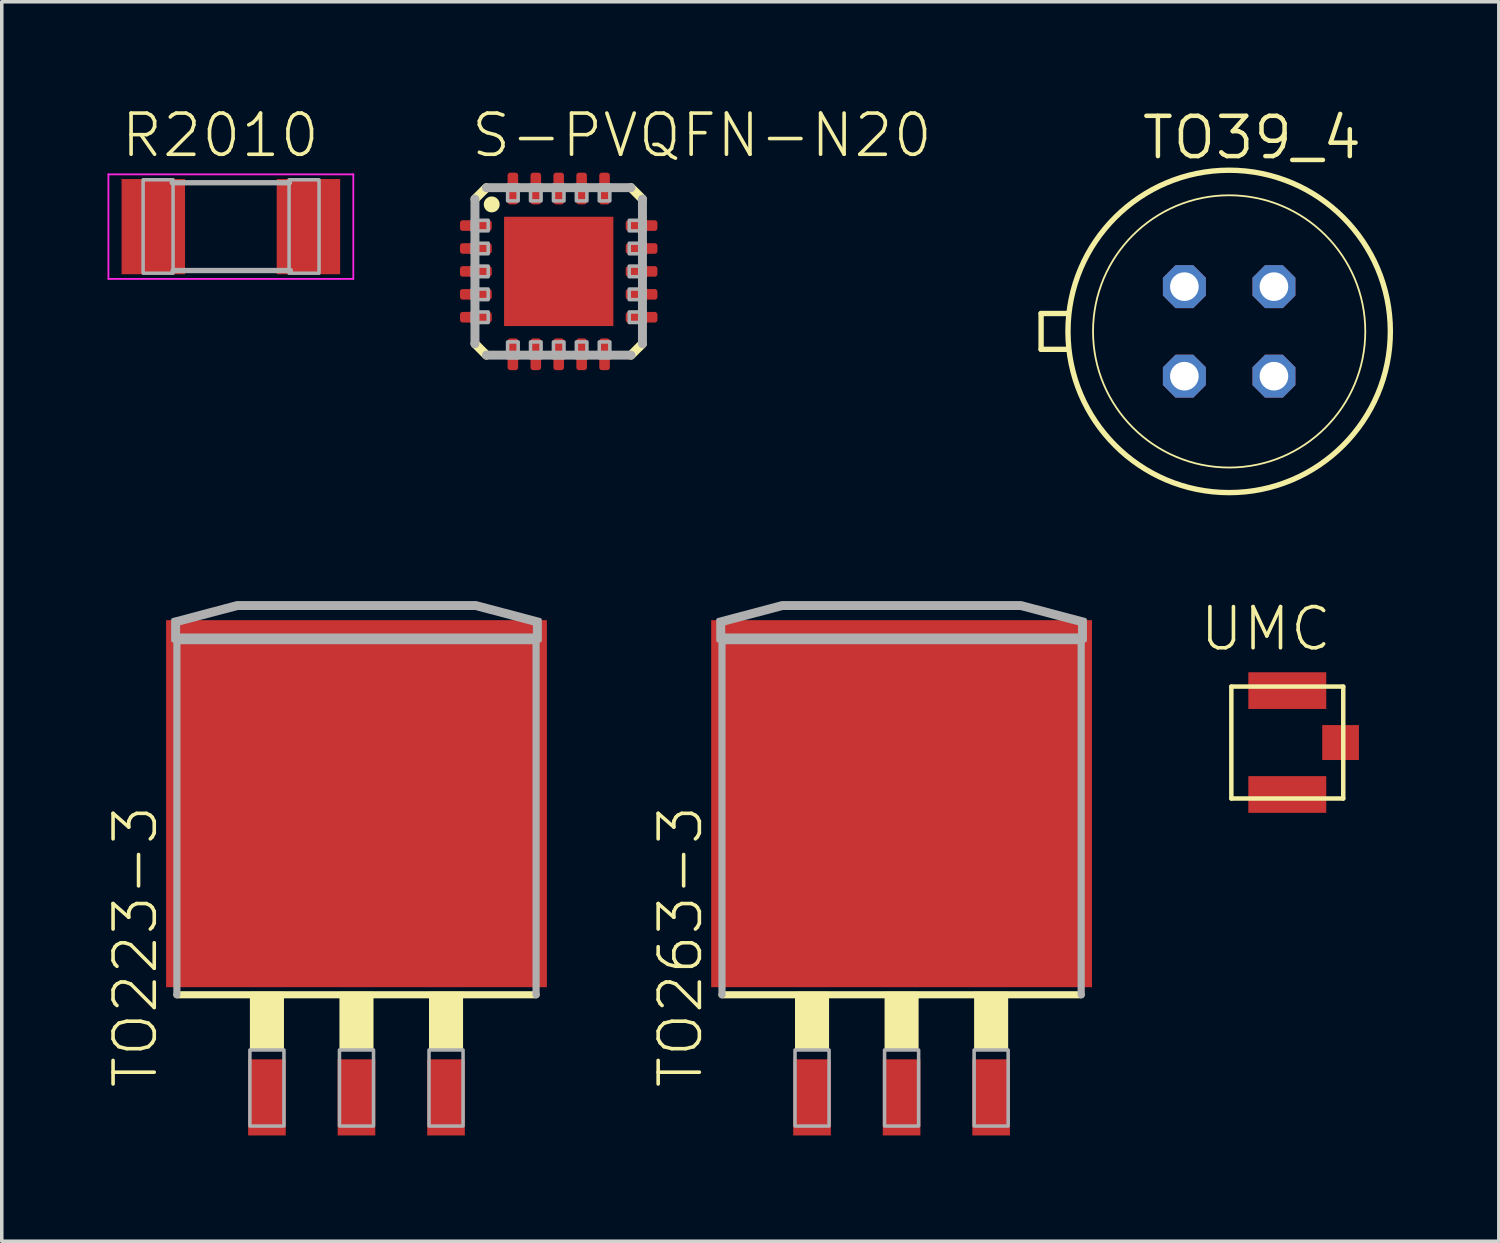
<source format=kicad_pcb>
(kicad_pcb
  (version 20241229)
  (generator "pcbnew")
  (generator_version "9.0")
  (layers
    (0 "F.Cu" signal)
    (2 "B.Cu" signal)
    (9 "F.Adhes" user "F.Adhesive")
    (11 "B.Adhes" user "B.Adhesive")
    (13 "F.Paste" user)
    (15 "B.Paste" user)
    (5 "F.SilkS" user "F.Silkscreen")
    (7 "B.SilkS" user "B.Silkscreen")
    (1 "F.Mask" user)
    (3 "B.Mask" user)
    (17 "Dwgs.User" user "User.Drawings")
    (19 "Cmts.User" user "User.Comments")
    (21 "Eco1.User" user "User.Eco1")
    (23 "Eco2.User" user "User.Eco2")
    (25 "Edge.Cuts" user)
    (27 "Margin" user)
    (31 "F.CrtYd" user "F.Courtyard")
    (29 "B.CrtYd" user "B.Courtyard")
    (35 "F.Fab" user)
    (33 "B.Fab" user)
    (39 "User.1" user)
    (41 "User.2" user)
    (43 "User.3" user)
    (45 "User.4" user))
  (footprint "S-PVQFN-N20"
    (layer "F.Cu")
    (at 12.797 4.648)
    (property "Reference" "S-PVQFN-N20" (at -2.54 -3.175 0) (unlocked yes) (layer "F.SilkS") (effects (font (size 1.168 1.168) (thickness 0.102)) (justify left bottom)))
    (fp_line (start -2.375 -2.05) (end -2.05 -2.375) (stroke (width 0.254) (type solid)) (layer "F.SilkS"))
    (fp_line (start -2.05 2.375) (end -2.375 2.05) (stroke (width 0.254) (type solid)) (layer "F.SilkS"))
    (fp_line (start 2.05 -2.375) (end 2.375 -2.05) (stroke (width 0.254) (type solid)) (layer "F.SilkS"))
    (fp_line (start 2.375 2.05) (end 2.05 2.375) (stroke (width 0.254) (type solid)) (layer "F.SilkS"))
    (fp_circle (center -1.9 -1.9) (end -1.787 -1.9) (stroke (width 0.226) (type solid)) (fill yes) (layer "F.SilkS"))
    (fp_line (start -2.375 2.05) (end -2.375 -2.05) (stroke (width 0.254) (type solid)) (layer "F.Fab"))
    (fp_line (start -2.05 -2.375) (end 2.05 -2.375) (stroke (width 0.254) (type solid)) (layer "F.Fab"))
    (fp_line (start 2.05 2.375) (end -2.05 2.375) (stroke (width 0.254) (type solid)) (layer "F.Fab"))
    (fp_line (start 2.375 -2.05) (end 2.375 2.05) (stroke (width 0.254) (type solid)) (layer "F.Fab"))
    (fp_poly (pts (xy -2.45 -1.15) (xy -2 -1.15) (xy -2 -1.45) (xy -2.45 -1.45)) (stroke (width 0.1) (type default)) (fill no) (layer "F.Fab"))
    (fp_poly (pts (xy -2.45 -0.5) (xy -2 -0.5) (xy -2 -0.8) (xy -2.45 -0.8)) (stroke (width 0.1) (type default)) (fill no) (layer "F.Fab"))
    (fp_poly (pts (xy -2.45 0.15) (xy -2 0.15) (xy -2 -0.15) (xy -2.45 -0.15)) (stroke (width 0.1) (type default)) (fill no) (layer "F.Fab"))
    (fp_poly (pts (xy -2.45 0.8) (xy -2 0.8) (xy -2 0.5) (xy -2.45 0.5)) (stroke (width 0.1) (type default)) (fill no) (layer "F.Fab"))
    (fp_poly (pts (xy -2.45 1.45) (xy -2 1.45) (xy -2 1.15) (xy -2.45 1.15)) (stroke (width 0.1) (type default)) (fill no) (layer "F.Fab"))
    (fp_poly (pts (xy -1.45 -2) (xy -1.15 -2) (xy -1.15 -2.45) (xy -1.45 -2.45)) (stroke (width 0.1) (type default)) (fill no) (layer "F.Fab"))
    (fp_poly (pts (xy -1.45 2.45) (xy -1.15 2.45) (xy -1.15 2) (xy -1.45 2)) (stroke (width 0.1) (type default)) (fill no) (layer "F.Fab"))
    (fp_poly (pts (xy -0.8 -2) (xy -0.5 -2) (xy -0.5 -2.45) (xy -0.8 -2.45)) (stroke (width 0.1) (type default)) (fill no) (layer "F.Fab"))
    (fp_poly (pts (xy -0.8 2.45) (xy -0.5 2.45) (xy -0.5 2) (xy -0.8 2)) (stroke (width 0.1) (type default)) (fill no) (layer "F.Fab"))
    (fp_poly (pts (xy -0.15 -2) (xy 0.15 -2) (xy 0.15 -2.45) (xy -0.15 -2.45)) (stroke (width 0.1) (type default)) (fill no) (layer "F.Fab"))
    (fp_poly (pts (xy -0.15 2.45) (xy 0.15 2.45) (xy 0.15 2) (xy -0.15 2)) (stroke (width 0.1) (type default)) (fill no) (layer "F.Fab"))
    (fp_poly (pts (xy 0.5 -2) (xy 0.8 -2) (xy 0.8 -2.45) (xy 0.5 -2.45)) (stroke (width 0.1) (type default)) (fill no) (layer "F.Fab"))
    (fp_poly (pts (xy 0.5 2.45) (xy 0.8 2.45) (xy 0.8 2) (xy 0.5 2)) (stroke (width 0.1) (type default)) (fill no) (layer "F.Fab"))
    (fp_poly (pts (xy 1.15 -2) (xy 1.45 -2) (xy 1.45 -2.45) (xy 1.15 -2.45)) (stroke (width 0.1) (type default)) (fill no) (layer "F.Fab"))
    (fp_poly (pts (xy 1.15 2.45) (xy 1.45 2.45) (xy 1.45 2) (xy 1.15 2)) (stroke (width 0.1) (type default)) (fill no) (layer "F.Fab"))
    (fp_poly (pts (xy 2 -1.15) (xy 2.45 -1.15) (xy 2.45 -1.45) (xy 2 -1.45)) (stroke (width 0.1) (type default)) (fill no) (layer "F.Fab"))
    (fp_poly (pts (xy 2 -0.5) (xy 2.45 -0.5) (xy 2.45 -0.8) (xy 2 -0.8)) (stroke (width 0.1) (type default)) (fill no) (layer "F.Fab"))
    (fp_poly (pts (xy 2 0.15) (xy 2.45 0.15) (xy 2.45 -0.15) (xy 2 -0.15)) (stroke (width 0.1) (type default)) (fill no) (layer "F.Fab"))
    (fp_poly (pts (xy 2 0.8) (xy 2.45 0.8) (xy 2.45 0.5) (xy 2 0.5)) (stroke (width 0.1) (type default)) (fill no) (layer "F.Fab"))
    (fp_poly (pts (xy 2 1.45) (xy 2.45 1.45) (xy 2.45 1.15) (xy 2 1.15)) (stroke (width 0.1) (type default)) (fill no) (layer "F.Fab"))
    (pad "1" smd roundrect (at -2.35 -1.3) (size 0.9 0.3) (layers "F.Cu" "F.Mask" "F.Paste") (roundrect_rratio 0.25))
    (pad "2" smd roundrect (at -2.35 -0.65) (size 0.9 0.3) (layers "F.Cu" "F.Mask" "F.Paste") (roundrect_rratio 0.25))
    (pad "3" smd roundrect (at -2.35 0) (size 0.9 0.3) (layers "F.Cu" "F.Mask" "F.Paste") (roundrect_rratio 0.25))
    (pad "4" smd roundrect (at -2.35 0.65) (size 0.9 0.3) (layers "F.Cu" "F.Mask" "F.Paste") (roundrect_rratio 0.25))
    (pad "5" smd roundrect (at -2.35 1.3) (size 0.9 0.3) (layers "F.Cu" "F.Mask" "F.Paste") (roundrect_rratio 0.25))
    (pad "6" smd roundrect (at -1.3 2.35) (size 0.3 0.9) (layers "F.Cu" "F.Mask" "F.Paste") (roundrect_rratio 0.25))
    (pad "7" smd roundrect (at -0.65 2.35) (size 0.3 0.9) (layers "F.Cu" "F.Mask" "F.Paste") (roundrect_rratio 0.25))
    (pad "8" smd roundrect (at 0 2.35) (size 0.3 0.9) (layers "F.Cu" "F.Mask" "F.Paste") (roundrect_rratio 0.25))
    (pad "9" smd roundrect (at 0.65 2.35) (size 0.3 0.9) (layers "F.Cu" "F.Mask" "F.Paste") (roundrect_rratio 0.25))
    (pad "10" smd roundrect (at 1.3 2.35) (size 0.3 0.9) (layers "F.Cu" "F.Mask" "F.Paste") (roundrect_rratio 0.25))
    (pad "11" smd roundrect (at 2.35 1.3) (size 0.9 0.3) (layers "F.Cu" "F.Mask" "F.Paste") (roundrect_rratio 0.25))
    (pad "12" smd roundrect (at 2.35 0.65) (size 0.9 0.3) (layers "F.Cu" "F.Mask" "F.Paste") (roundrect_rratio 0.25))
    (pad "13" smd roundrect (at 2.35 0) (size 0.9 0.3) (layers "F.Cu" "F.Mask" "F.Paste") (roundrect_rratio 0.25))
    (pad "14" smd roundrect (at 2.35 -0.65) (size 0.9 0.3) (layers "F.Cu" "F.Mask" "F.Paste") (roundrect_rratio 0.25))
    (pad "15" smd roundrect (at 2.35 -1.3) (size 0.9 0.3) (layers "F.Cu" "F.Mask" "F.Paste") (roundrect_rratio 0.25))
    (pad "16" smd roundrect (at 1.3 -2.35) (size 0.3 0.9) (layers "F.Cu" "F.Mask" "F.Paste") (roundrect_rratio 0.25))
    (pad "17" smd roundrect (at 0.65 -2.35) (size 0.3 0.9) (layers "F.Cu" "F.Mask" "F.Paste") (roundrect_rratio 0.25))
    (pad "18" smd roundrect (at 0 -2.35) (size 0.3 0.9) (layers "F.Cu" "F.Mask" "F.Paste") (roundrect_rratio 0.25))
    (pad "19" smd roundrect (at -0.65 -2.35) (size 0.3 0.9) (layers "F.Cu" "F.Mask" "F.Paste") (roundrect_rratio 0.25))
    (pad "20" smd roundrect (at -1.3 -2.35) (size 0.3 0.9) (layers "F.Cu" "F.Mask" "F.Paste") (roundrect_rratio 0.25))
    (pad "EXP" smd rect (at 0 0) (size 3.1 3.1) (layers "F.Cu" "F.Mask" "F.Paste")))
  (footprint "TO223-3"
    (layer "F.Cu")
    (at 7.061 21.015)
    (property "Reference" "TO223-3" (at -5.588 6.858 90) (unlocked yes) (layer "F.SilkS") (effects (font (size 1.168 1.168) (thickness 0.102)) (justify left bottom)))
    (fp_line (start 5.094 4.15) (end -5.094 4.15) (stroke (width 0.203) (type solid)) (layer "F.SilkS"))
    (fp_poly (pts (xy -3.023 5.74) (xy -2.057 5.74) (xy -2.057 4.064) (xy -3.023 4.064)) (stroke (width 0) (type default)) (fill yes) (layer "F.SilkS"))
    (fp_poly (pts (xy -0.483 5.74) (xy 0.483 5.74) (xy 0.483 4.064) (xy -0.483 4.064)) (stroke (width 0) (type default)) (fill yes) (layer "F.SilkS"))
    (fp_poly (pts (xy 2.057 5.74) (xy 3.023 5.74) (xy 3.023 4.064) (xy 2.057 4.064)) (stroke (width 0) (type default)) (fill yes) (layer "F.SilkS"))
    (fp_line (start -5.105 -6.408) (end -3.378 -6.865) (stroke (width 0.203) (type solid)) (layer "F.Fab"))
    (fp_line (start -5.105 -5.997) (end -5.105 -6.408) (stroke (width 0.203) (type solid)) (layer "F.Fab"))
    (fp_line (start -5.094 -5.895) (end 5.094 -5.895) (stroke (width 0.203) (type solid)) (layer "F.Fab"))
    (fp_line (start -5.094 4.15) (end -5.094 -5.895) (stroke (width 0.203) (type solid)) (layer "F.Fab"))
    (fp_line (start -3.378 -6.865) (end 3.378 -6.865) (stroke (width 0.203) (type solid)) (layer "F.Fab"))
    (fp_line (start 3.378 -6.865) (end 5.105 -6.408) (stroke (width 0.203) (type solid)) (layer "F.Fab"))
    (fp_line (start 5.094 -5.895) (end 5.094 4.15) (stroke (width 0.203) (type solid)) (layer "F.Fab"))
    (fp_line (start 5.105 -6.408) (end 5.105 -5.997) (stroke (width 0.203) (type solid)) (layer "F.Fab"))
    (fp_line (start 5.105 -5.997) (end -5.105 -5.997) (stroke (width 0.203) (type solid)) (layer "F.Fab"))
    (fp_poly (pts (xy -3.023 7.874) (xy -2.057 7.874) (xy -2.057 5.715) (xy -3.023 5.715)) (stroke (width 0.1) (type default)) (fill no) (layer "F.Fab"))
    (fp_poly (pts (xy -0.483 7.874) (xy 0.483 7.874) (xy 0.483 5.715) (xy -0.483 5.715)) (stroke (width 0.1) (type default)) (fill no) (layer "F.Fab"))
    (fp_poly (pts (xy 2.057 7.874) (xy 3.023 7.874) (xy 3.023 5.715) (xy 2.057 5.715)) (stroke (width 0.1) (type default)) (fill no) (layer "F.Fab"))
    (fp_poly (pts (xy 5.207 -6.486) (xy 5.207 -5.895) (xy -5.207 -5.895) (xy -5.207 -6.486) (xy -3.391 -6.967) (xy 3.391 -6.967)) (stroke (width 0.1) (type default)) (fill no) (layer "F.Fab"))
    (pad "1" smd rect (at -2.54 7.061) (size 1.067 2.159) (layers "F.Cu" "F.Mask" "F.Paste"))
    (pad "2" smd rect (at 0 7.061) (size 1.067 2.159) (layers "F.Cu" "F.Mask" "F.Paste"))
    (pad "3" smd rect (at 2.54 7.061) (size 1.067 2.159) (layers "F.Cu" "F.Mask" "F.Paste"))
    (pad "TAB" smd rect (at 0 -1.27) (size 10.8 10.41) (layers "F.Cu" "F.Mask" "F.Paste")))
  (footprint "R2010"
    (layer "F.Cu")
    (at 3.498 3.378)
    (property "Reference" "R2010" (at -3.175 -1.905 0) (unlocked yes) (layer "F.SilkS") (effects (font (size 1.168 1.168) (thickness 0.102)) (justify left bottom)))
    (fp_line (start -3.473 -1.483) (end 3.473 -1.483) (stroke (width 0.051) (type solid)) (layer "F.CrtYd"))
    (fp_line (start -3.473 1.483) (end -3.473 -1.483) (stroke (width 0.051) (type solid)) (layer "F.CrtYd"))
    (fp_line (start 3.473 -1.483) (end 3.473 1.483) (stroke (width 0.051) (type solid)) (layer "F.CrtYd"))
    (fp_line (start 3.473 1.483) (end -3.473 1.483) (stroke (width 0.051) (type solid)) (layer "F.CrtYd"))
    (fp_line (start -1.662 -1.245) (end 1.662 -1.245) (stroke (width 0.152) (type solid)) (layer "F.Fab"))
    (fp_line (start -1.637 1.245) (end 1.687 1.245) (stroke (width 0.152) (type solid)) (layer "F.Fab"))
    (fp_poly (pts (xy -2.489 1.321) (xy -1.639 1.321) (xy -1.639 -1.329) (xy -2.489 -1.329)) (stroke (width 0.1) (type default)) (fill no) (layer "F.Fab"))
    (fp_poly (pts (xy 1.651 1.321) (xy 2.501 1.321) (xy 2.501 -1.329) (xy 1.651 -1.329)) (stroke (width 0.1) (type default)) (fill no) (layer "F.Fab"))
    (pad "1" smd rect (at -2.2 0) (size 1.8 2.7) (layers "F.Cu" "F.Mask" "F.Paste"))
    (pad "2" smd rect (at 2.2 0) (size 1.8 2.7) (layers "F.Cu" "F.Mask" "F.Paste")))
  (footprint "UMC"
    (layer "F.Cu")
    (at 33.462 18.011)
    (property "Reference" "UMC" (at -2.54 -2.54 0) (unlocked yes) (layer "F.SilkS") (effects (font (size 1.168 1.168) (thickness 0.102)) (justify left bottom)))
    (fp_line (start -1.587 -1.587) (end 1.587 -1.587) (stroke (width 0.127) (type solid)) (layer "F.SilkS"))
    (fp_line (start -1.587 1.587) (end -1.587 -1.587) (stroke (width 0.127) (type solid)) (layer "F.SilkS"))
    (fp_line (start 1.587 -1.587) (end 1.587 1.587) (stroke (width 0.127) (type solid)) (layer "F.SilkS"))
    (fp_line (start 1.587 1.587) (end -1.587 1.587) (stroke (width 0.127) (type solid)) (layer "F.SilkS"))
    (pad "P$1" smd rect (at 1.511 0) (size 1.041 0.991) (layers "F.Cu" "F.Mask" "F.Paste"))
    (pad "P$2" smd rect (at 0 -1.473 90) (size 1.041 2.21) (layers "F.Cu" "F.Mask" "F.Paste"))
    (pad "P$3" smd rect (at 0 1.473 90) (size 1.041 2.21) (layers "F.Cu" "F.Mask" "F.Paste")))
  (footprint "TO263-3"
    (layer "F.Cu")
    (at 22.522 22.285)
    (property "Reference" "TO263-3" (at -5.588 5.588 90) (unlocked yes) (layer "F.SilkS") (effects (font (size 1.168 1.168) (thickness 0.102)) (justify left bottom)))
    (fp_line (start 5.094 2.88) (end -5.094 2.88) (stroke (width 0.203) (type solid)) (layer "F.SilkS"))
    (fp_poly (pts (xy -3.023 4.47) (xy -2.057 4.47) (xy -2.057 2.794) (xy -3.023 2.794)) (stroke (width 0) (type default)) (fill yes) (layer "F.SilkS"))
    (fp_poly (pts (xy -0.483 4.47) (xy 0.483 4.47) (xy 0.483 2.794) (xy -0.483 2.794)) (stroke (width 0) (type default)) (fill yes) (layer "F.SilkS"))
    (fp_poly (pts (xy 2.057 4.47) (xy 3.023 4.47) (xy 3.023 2.794) (xy 2.057 2.794)) (stroke (width 0) (type default)) (fill yes) (layer "F.SilkS"))
    (fp_line (start -5.105 -7.678) (end -3.378 -8.135) (stroke (width 0.203) (type solid)) (layer "F.Fab"))
    (fp_line (start -5.105 -7.267) (end -5.105 -7.678) (stroke (width 0.203) (type solid)) (layer "F.Fab"))
    (fp_line (start -5.094 -7.165) (end 5.094 -7.165) (stroke (width 0.203) (type solid)) (layer "F.Fab"))
    (fp_line (start -5.094 2.88) (end -5.094 -7.165) (stroke (width 0.203) (type solid)) (layer "F.Fab"))
    (fp_line (start -3.378 -8.135) (end 3.378 -8.135) (stroke (width 0.203) (type solid)) (layer "F.Fab"))
    (fp_line (start 3.378 -8.135) (end 5.105 -7.678) (stroke (width 0.203) (type solid)) (layer "F.Fab"))
    (fp_line (start 5.094 -7.165) (end 5.094 2.88) (stroke (width 0.203) (type solid)) (layer "F.Fab"))
    (fp_line (start 5.105 -7.678) (end 5.105 -7.267) (stroke (width 0.203) (type solid)) (layer "F.Fab"))
    (fp_line (start 5.105 -7.267) (end -5.105 -7.267) (stroke (width 0.203) (type solid)) (layer "F.Fab"))
    (fp_poly (pts (xy -3.023 6.604) (xy -2.057 6.604) (xy -2.057 4.445) (xy -3.023 4.445)) (stroke (width 0.1) (type default)) (fill no) (layer "F.Fab"))
    (fp_poly (pts (xy -0.483 6.604) (xy 0.483 6.604) (xy 0.483 4.445) (xy -0.483 4.445)) (stroke (width 0.1) (type default)) (fill no) (layer "F.Fab"))
    (fp_poly (pts (xy 2.057 6.604) (xy 3.023 6.604) (xy 3.023 4.445) (xy 2.057 4.445)) (stroke (width 0.1) (type default)) (fill no) (layer "F.Fab"))
    (fp_poly (pts (xy 5.207 -7.756) (xy 5.207 -7.165) (xy -5.207 -7.165) (xy -5.207 -7.756) (xy -3.391 -8.237) (xy 3.391 -8.237)) (stroke (width 0.1) (type default)) (fill no) (layer "F.Fab"))
    (pad "1" smd rect (at -2.54 5.791) (size 1.067 2.159) (layers "F.Cu" "F.Mask" "F.Paste"))
    (pad "2" smd rect (at 0 5.791) (size 1.067 2.159) (layers "F.Cu" "F.Mask" "F.Paste"))
    (pad "3" smd rect (at 2.54 5.791) (size 1.067 2.159) (layers "F.Cu" "F.Mask" "F.Paste"))
    (pad "TAB" smd rect (at 0 -2.54) (size 10.8 10.41) (layers "F.Cu" "F.Mask" "F.Paste")))
  (footprint "TO39_4"
    (layer "F.Cu")
    (at 31.813 6.35)
    (property "Reference" "TO39_4" (at -2.54 -4.826 0) (unlocked yes) (layer "F.SilkS") (effects (font (size 1.143 1.143) (thickness 0.127)) (justify left bottom)))
    (fp_line (start -5.334 0.508) (end -5.334 -0.508) (stroke (width 0.152) (type solid)) (layer "F.SilkS"))
    (fp_line (start -5.334 0.508) (end -4.572 0.508) (stroke (width 0.152) (type solid)) (layer "F.SilkS"))
    (fp_line (start -4.572 -0.508) (end -5.334 -0.508) (stroke (width 0.152) (type solid)) (layer "F.SilkS"))
    (fp_circle (center 0 0) (end 3.861 0) (stroke (width 0.051) (type solid)) (fill no) (layer "F.SilkS"))
    (fp_circle (center 0 0) (end 4.572 0) (stroke (width 0.152) (type solid)) (fill no) (layer "F.SilkS"))
    (pad "1" thru_hole roundrect (at -1.27 1.27) (size 1.219 1.219) (drill 0.813) (layers "*.Cu" "*.Mask") (roundrect_rratio 0.25) (chamfer_ratio 0.293) (chamfer top_left top_right bottom_left bottom_right))
    (pad "2" thru_hole roundrect (at 1.27 1.27) (size 1.219 1.219) (drill 0.813) (layers "*.Cu" "*.Mask") (roundrect_rratio 0.25) (chamfer_ratio 0.293) (chamfer top_left top_right bottom_left bottom_right))
    (pad "3" thru_hole roundrect (at 1.27 -1.27) (size 1.219 1.219) (drill 0.813) (layers "*.Cu" "*.Mask") (roundrect_rratio 0.25) (chamfer_ratio 0.293) (chamfer top_left top_right bottom_left bottom_right))
    (pad "4" thru_hole roundrect (at -1.27 -1.27) (size 1.219 1.219) (drill 0.813) (layers "*.Cu" "*.Mask") (roundrect_rratio 0.25) (chamfer_ratio 0.293) (chamfer top_left top_right bottom_left bottom_right)))
  (gr_rect
    (start -3 -3)
    (end 39.461 32.156)
    (stroke (width 0.1) (type default))
    (fill no)
    (layer "Edge.Cuts")))
</source>
